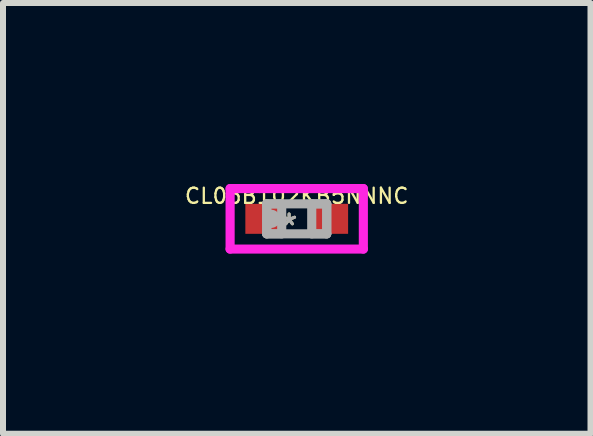
<source format=kicad_pcb>
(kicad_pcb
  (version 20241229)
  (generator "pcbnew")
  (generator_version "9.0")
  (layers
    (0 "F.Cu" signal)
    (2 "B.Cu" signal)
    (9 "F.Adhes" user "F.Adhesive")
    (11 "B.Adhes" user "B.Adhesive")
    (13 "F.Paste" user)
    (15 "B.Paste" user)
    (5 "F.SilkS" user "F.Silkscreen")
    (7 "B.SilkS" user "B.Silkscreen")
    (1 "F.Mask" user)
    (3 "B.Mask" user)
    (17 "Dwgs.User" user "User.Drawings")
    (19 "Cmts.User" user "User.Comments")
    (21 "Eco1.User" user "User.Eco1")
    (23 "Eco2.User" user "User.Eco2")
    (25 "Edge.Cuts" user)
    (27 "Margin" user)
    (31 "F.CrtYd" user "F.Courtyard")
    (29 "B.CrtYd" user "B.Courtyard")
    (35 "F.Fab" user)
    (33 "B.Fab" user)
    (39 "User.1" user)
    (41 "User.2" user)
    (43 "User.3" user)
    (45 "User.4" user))
  (footprint "CL05B102KB5NNNC"
    (layer "F.Cu")
    (at 1.894 0.596)
    (property "Reference" "CL05B102KB5NNNC" (at 0 -0.381 0) (layer "F.SilkS") (effects (font (size 0.254 0.254) (thickness 0.038))))
    (attr smd)
    (fp_line (start -1.11 -0.504) (end 1.11 -0.504) (stroke (width 0.152) (type solid)) (layer "F.CrtYd"))
    (fp_line (start -1.11 0.504) (end -1.11 -0.504) (stroke (width 0.152) (type solid)) (layer "F.CrtYd"))
    (fp_line (start 1.11 -0.504) (end 1.11 0.504) (stroke (width 0.152) (type solid)) (layer "F.CrtYd"))
    (fp_line (start 1.11 0.504) (end -1.11 0.504) (stroke (width 0.152) (type solid)) (layer "F.CrtYd"))
    (fp_line (start -0.5 -0.25) (end -0.5 0.25) (stroke (width 0.152) (type solid)) (layer "F.Fab"))
    (fp_line (start -0.5 -0.25) (end -0.5 0.25) (stroke (width 0.152) (type solid)) (layer "F.Fab"))
    (fp_line (start -0.5 0.25) (end -0.25 0.25) (stroke (width 0.152) (type solid)) (layer "F.Fab"))
    (fp_line (start -0.5 0.25) (end 0.5 0.25) (stroke (width 0.152) (type solid)) (layer "F.Fab"))
    (fp_line (start -0.25 -0.25) (end -0.5 -0.25) (stroke (width 0.152) (type solid)) (layer "F.Fab"))
    (fp_line (start -0.25 0.25) (end -0.25 -0.25) (stroke (width 0.152) (type solid)) (layer "F.Fab"))
    (fp_line (start 0.25 -0.25) (end 0.25 0.25) (stroke (width 0.152) (type solid)) (layer "F.Fab"))
    (fp_line (start 0.25 0.25) (end 0.5 0.25) (stroke (width 0.152) (type solid)) (layer "F.Fab"))
    (fp_line (start 0.5 -0.25) (end -0.5 -0.25) (stroke (width 0.152) (type solid)) (layer "F.Fab"))
    (fp_line (start 0.5 -0.25) (end 0.25 -0.25) (stroke (width 0.152) (type solid)) (layer "F.Fab"))
    (fp_line (start 0.5 0.25) (end 0.5 -0.25) (stroke (width 0.152) (type solid)) (layer "F.Fab"))
    (fp_line (start 0.5 0.25) (end 0.5 -0.25) (stroke (width 0.152) (type solid)) (layer "F.Fab"))
    (fp_circle (center -0.426 0) (end -0.426 0) (stroke (width 0.152) (type solid)) (fill no) (layer "F.Fab"))
    (fp_text user "*" (at -0.127 0.127 0) (layer "F.SilkS") (effects (font (size 0.381 0.381) (thickness 0.051))))
    (fp_text user "*" (at -0.127 0.127 0) (layer "F.Fab") (effects (font (size 0.381 0.381) (thickness 0.051))))
    (pad "1" smd rect (at -0.553 0) (size 0.606 0.5) (layers "F.Cu" "F.Mask" "F.Paste"))
    (pad "2" smd rect (at 0.553 0) (size 0.606 0.5) (layers "F.Cu" "F.Mask" "F.Paste")))
  (gr_rect
    (start -3 -3)
    (end 6.789 4.177)
    (stroke (width 0.1) (type default))
    (fill no)
    (layer "Edge.Cuts")))
</source>
